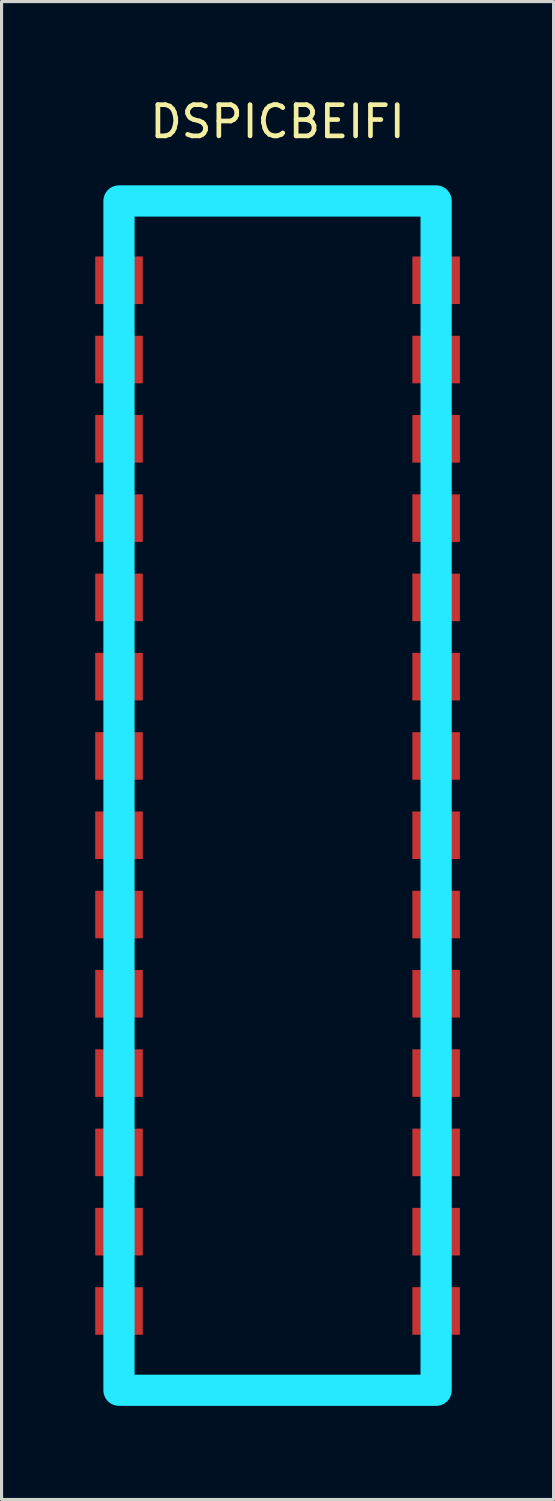
<source format=kicad_pcb>
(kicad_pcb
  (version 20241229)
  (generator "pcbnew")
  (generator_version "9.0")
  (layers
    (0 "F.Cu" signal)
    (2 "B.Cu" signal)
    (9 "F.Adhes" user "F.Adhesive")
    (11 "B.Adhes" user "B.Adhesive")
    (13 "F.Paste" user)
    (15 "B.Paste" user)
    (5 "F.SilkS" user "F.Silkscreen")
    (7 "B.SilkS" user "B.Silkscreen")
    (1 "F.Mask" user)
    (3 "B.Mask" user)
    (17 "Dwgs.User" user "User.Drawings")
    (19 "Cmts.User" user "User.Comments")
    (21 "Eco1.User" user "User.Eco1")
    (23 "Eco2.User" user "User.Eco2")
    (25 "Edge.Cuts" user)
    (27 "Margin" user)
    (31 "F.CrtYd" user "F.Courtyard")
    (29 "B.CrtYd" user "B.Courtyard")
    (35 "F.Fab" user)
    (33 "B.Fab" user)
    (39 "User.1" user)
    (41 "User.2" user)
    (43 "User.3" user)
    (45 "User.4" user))
  (footprint "DSPICBEIFI"
    (layer "F.Cu")
    (at 5.842 21.168)
    (property "Reference" "DSPICBEIFI" (at 0 -20.32 0) (layer "F.SilkS") (effects (font (size 1 1) (thickness 0.15))))
    (attr through_hole)
    (fp_poly (pts (xy 5.08 20.32) (xy -5.08 20.32) (xy -5.08 -17.78) (xy 5.08 -17.78)) (stroke (width 1) (type solid)) (fill no) (layer "B.CrtYd"))
    (pad "1" smd rect (at -5.08 -15.24) (size 1.524 1.524) (layers "F.Cu" "F.Mask" "F.Paste"))
    (pad "2" smd rect (at -5.08 -12.7) (size 1.524 1.524) (layers "F.Cu" "F.Mask" "F.Paste"))
    (pad "3" smd rect (at -5.08 -10.16) (size 1.524 1.524) (layers "F.Cu" "F.Mask" "F.Paste"))
    (pad "4" smd rect (at -5.08 -7.62) (size 1.524 1.524) (layers "F.Cu" "F.Mask" "F.Paste"))
    (pad "5" smd rect (at -5.08 -5.08) (size 1.524 1.524) (layers "F.Cu" "F.Mask" "F.Paste"))
    (pad "6" smd rect (at -5.08 -2.54) (size 1.524 1.524) (layers "F.Cu" "F.Mask" "F.Paste"))
    (pad "7" smd rect (at -5.08 0) (size 1.524 1.524) (layers "F.Cu" "F.Mask" "F.Paste"))
    (pad "8" smd rect (at -5.08 2.54) (size 1.524 1.524) (layers "F.Cu" "F.Mask" "F.Paste"))
    (pad "9" smd rect (at -5.08 5.08) (size 1.524 1.524) (layers "F.Cu" "F.Mask" "F.Paste"))
    (pad "10" smd rect (at -5.08 7.62) (size 1.524 1.524) (layers "F.Cu" "F.Mask" "F.Paste"))
    (pad "11" smd rect (at -5.08 10.16) (size 1.524 1.524) (layers "F.Cu" "F.Mask" "F.Paste"))
    (pad "12" smd rect (at -5.08 12.7) (size 1.524 1.524) (layers "F.Cu" "F.Mask" "F.Paste"))
    (pad "13" smd rect (at -5.08 15.24) (size 1.524 1.524) (layers "F.Cu" "F.Mask" "F.Paste"))
    (pad "14" smd rect (at -5.08 17.78) (size 1.524 1.524) (layers "F.Cu" "F.Mask" "F.Paste"))
    (pad "15" smd rect (at 5.08 17.78) (size 1.524 1.524) (layers "F.Cu" "F.Mask" "F.Paste"))
    (pad "16" smd rect (at 5.08 15.24) (size 1.524 1.524) (layers "F.Cu" "F.Mask" "F.Paste"))
    (pad "17" smd rect (at 5.08 12.7) (size 1.524 1.524) (layers "F.Cu" "F.Mask" "F.Paste"))
    (pad "18" smd rect (at 5.08 10.16) (size 1.524 1.524) (layers "F.Cu" "F.Mask" "F.Paste"))
    (pad "19" smd rect (at 5.08 7.62) (size 1.524 1.524) (layers "F.Cu" "F.Mask" "F.Paste"))
    (pad "20" smd rect (at 5.08 5.08) (size 1.524 1.524) (layers "F.Cu" "F.Mask" "F.Paste"))
    (pad "21" smd rect (at 5.08 2.54) (size 1.524 1.524) (layers "F.Cu" "F.Mask" "F.Paste"))
    (pad "22" smd rect (at 5.08 0) (size 1.524 1.524) (layers "F.Cu" "F.Mask" "F.Paste"))
    (pad "23" smd rect (at 5.08 -2.54) (size 1.524 1.524) (layers "F.Cu" "F.Mask" "F.Paste"))
    (pad "24" smd rect (at 5.08 -5.08) (size 1.524 1.524) (layers "F.Cu" "F.Mask" "F.Paste"))
    (pad "25" smd rect (at 5.08 -7.62) (size 1.524 1.524) (layers "F.Cu" "F.Mask" "F.Paste"))
    (pad "26" smd rect (at 5.08 -10.16) (size 1.524 1.524) (layers "F.Cu" "F.Mask" "F.Paste"))
    (pad "27" smd rect (at 5.08 -12.7) (size 1.524 1.524) (layers "F.Cu" "F.Mask" "F.Paste"))
    (pad "28" smd rect (at 5.08 -15.24) (size 1.524 1.524) (layers "F.Cu" "F.Mask" "F.Paste")))
  (gr_rect
    (start -3 -3)
    (end 14.684 44.988)
    (stroke (width 0.1) (type default))
    (fill no)
    (layer "Edge.Cuts")))
</source>
